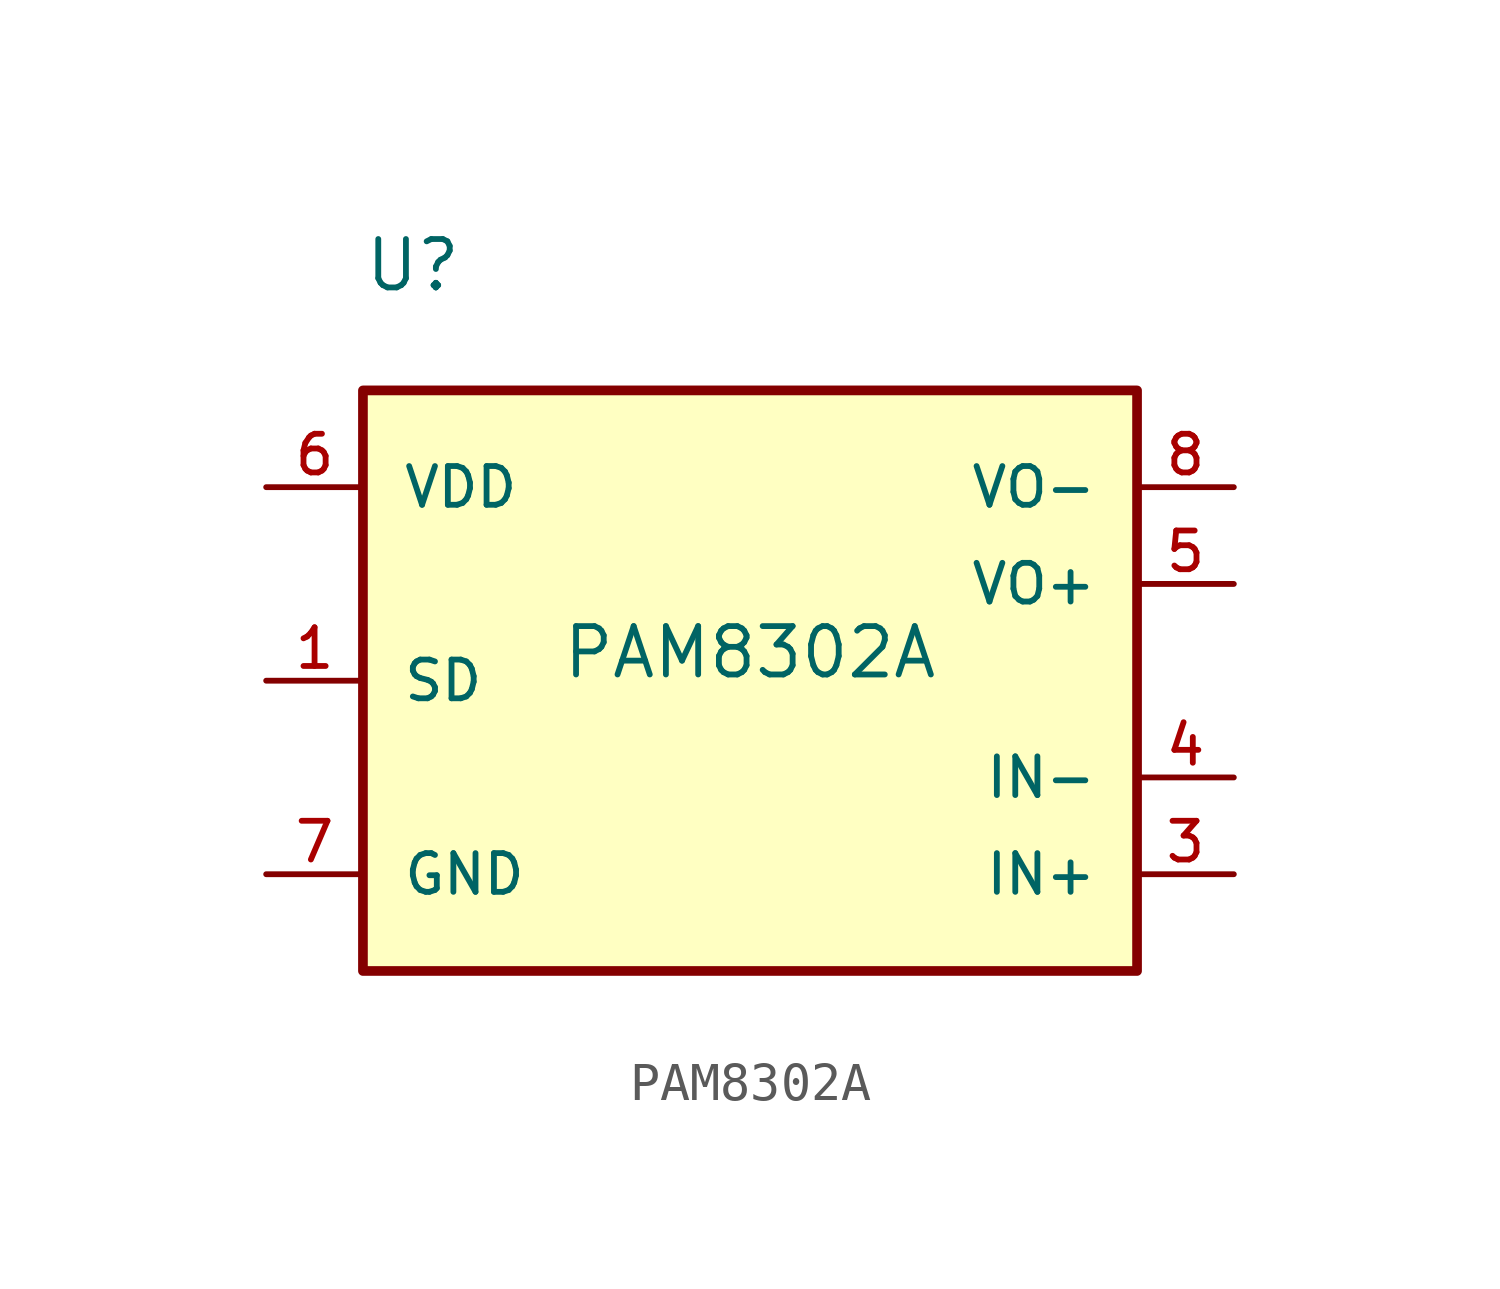
<source format=kicad_sym>
(kicad_symbol_lib
  (version 20211014)
  (generator kicad_symbol_editor)
  (symbol "PAM8302A"
    (pin_names
      (offset 1.016))
    (property "Reference" "U"
      (at -10.16 10.16 0)
      (effects (font (size 1.27 1.27)) (justify bottom left)))
    (property "Value" "PAM8302A"
      (at 0 0.0 0)
      (effects (font (size 1.27 1.27)) (justify bottom)))
    (symbol "PAM8302A_0_0"
      (rectangle (start -10.16 -7.62) (end 10.16 7.62) (stroke (width 0.254)) (fill (type background)))
      (pin bidirectional line (at -12.7 0.0 0) (length 2.54) (name "SD" (effects (font (size 1.016 1.016)))) (number "1" (effects (font (size 1.016 1.016)))))
      (pin bidirectional line (at 12.7 -5.08 180.0) (length 2.54) (name "IN+" (effects (font (size 1.016 1.016)))) (number "3" (effects (font (size 1.016 1.016)))))
      (pin bidirectional line (at 12.7 -2.54 180.0) (length 2.54) (name "IN-" (effects (font (size 1.016 1.016)))) (number "4" (effects (font (size 1.016 1.016)))))
      (pin bidirectional line (at 12.7 2.54 180.0) (length 2.54) (name "VO+" (effects (font (size 1.016 1.016)))) (number "5" (effects (font (size 1.016 1.016)))))
      (pin bidirectional line (at -12.7 5.08 0) (length 2.54) (name "VDD" (effects (font (size 1.016 1.016)))) (number "6" (effects (font (size 1.016 1.016)))))
      (pin bidirectional line (at -12.7 -5.08 0) (length 2.54) (name "GND" (effects (font (size 1.016 1.016)))) (number "7" (effects (font (size 1.016 1.016)))))
      (pin bidirectional line (at 12.7 5.08 180.0) (length 2.54) (name "VO-" (effects (font (size 1.016 1.016)))) (number "8" (effects (font (size 1.016 1.016))))))))
</source>
